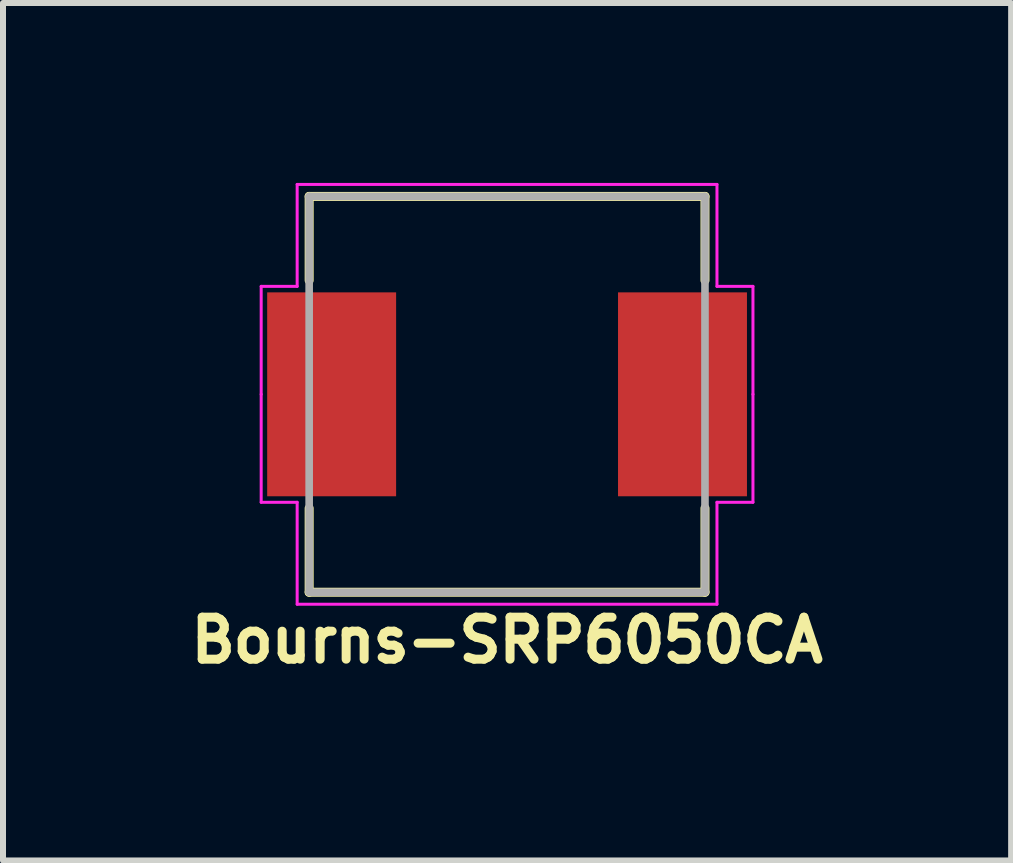
<source format=kicad_pcb>
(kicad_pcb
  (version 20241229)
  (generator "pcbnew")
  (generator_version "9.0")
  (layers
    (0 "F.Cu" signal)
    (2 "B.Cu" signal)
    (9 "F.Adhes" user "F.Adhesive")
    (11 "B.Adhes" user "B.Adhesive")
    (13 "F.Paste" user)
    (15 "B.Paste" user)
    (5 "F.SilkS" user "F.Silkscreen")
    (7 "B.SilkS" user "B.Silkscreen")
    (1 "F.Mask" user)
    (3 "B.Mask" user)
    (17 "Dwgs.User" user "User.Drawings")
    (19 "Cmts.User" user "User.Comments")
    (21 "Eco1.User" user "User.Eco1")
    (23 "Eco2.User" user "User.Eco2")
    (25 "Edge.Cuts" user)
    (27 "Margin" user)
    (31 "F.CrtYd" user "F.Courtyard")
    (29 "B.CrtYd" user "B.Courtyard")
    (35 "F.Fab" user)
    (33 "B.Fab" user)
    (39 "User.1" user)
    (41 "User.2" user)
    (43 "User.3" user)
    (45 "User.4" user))
  (footprint "Bourns-SRP6050CA"
    (layer "F.Cu")
    (at 5.405 3.525)
    (property "Reference" "Bourns-SRP6050CA" (at 0 4.1 0) (layer "F.SilkS") (effects (font (size 0.7 0.7) (thickness 0.15))))
    (attr smd)
    (fp_line (start -3.3 -3.3) (end 3.3 -3.3) (stroke (width 0.15) (type solid)) (layer "F.SilkS"))
    (fp_line (start -3.3 -1.9) (end -3.3 -3.3) (stroke (width 0.15) (type solid)) (layer "F.SilkS"))
    (fp_line (start -3.3 1.9) (end -3.3 3.3) (stroke (width 0.15) (type solid)) (layer "F.SilkS"))
    (fp_line (start 3.3 -1.9) (end 3.3 -3.3) (stroke (width 0.15) (type solid)) (layer "F.SilkS"))
    (fp_line (start 3.3 1.9) (end 3.3 3.3) (stroke (width 0.15) (type solid)) (layer "F.SilkS"))
    (fp_line (start 3.3 3.3) (end -3.3 3.3) (stroke (width 0.15) (type solid)) (layer "F.SilkS"))
    (fp_line (start -4.1 -1.8) (end -4.1 0) (stroke (width 0.05) (type solid)) (layer "F.CrtYd"))
    (fp_line (start -4.1 1.8) (end -4.1 0) (stroke (width 0.05) (type solid)) (layer "F.CrtYd"))
    (fp_line (start -3.5 -3.5) (end 3.5 -3.5) (stroke (width 0.05) (type solid)) (layer "F.CrtYd"))
    (fp_line (start -3.5 -1.8) (end -4.1 -1.8) (stroke (width 0.05) (type solid)) (layer "F.CrtYd"))
    (fp_line (start -3.5 -1.8) (end -3.5 -3.5) (stroke (width 0.05) (type solid)) (layer "F.CrtYd"))
    (fp_line (start -3.5 1.8) (end -4.1 1.8) (stroke (width 0.05) (type solid)) (layer "F.CrtYd"))
    (fp_line (start -3.5 1.8) (end -3.5 3.5) (stroke (width 0.05) (type solid)) (layer "F.CrtYd"))
    (fp_line (start 3.5 -1.8) (end 3.5 -3.5) (stroke (width 0.05) (type solid)) (layer "F.CrtYd"))
    (fp_line (start 3.5 -1.8) (end 4.1 -1.8) (stroke (width 0.05) (type solid)) (layer "F.CrtYd"))
    (fp_line (start 3.5 1.8) (end 3.5 3.5) (stroke (width 0.05) (type solid)) (layer "F.CrtYd"))
    (fp_line (start 3.5 1.8) (end 4.1 1.8) (stroke (width 0.05) (type solid)) (layer "F.CrtYd"))
    (fp_line (start 3.5 3.5) (end -3.5 3.5) (stroke (width 0.05) (type solid)) (layer "F.CrtYd"))
    (fp_line (start 4.1 -1.8) (end 4.1 0) (stroke (width 0.05) (type solid)) (layer "F.CrtYd"))
    (fp_line (start 4.1 1.8) (end 4.1 0) (stroke (width 0.05) (type solid)) (layer "F.CrtYd"))
    (fp_line (start -3.3 -3.3) (end 3.3 -3.3) (stroke (width 0.127) (type solid)) (layer "F.Fab"))
    (fp_line (start -3.3 3.3) (end -3.3 -3.3) (stroke (width 0.127) (type solid)) (layer "F.Fab"))
    (fp_line (start 3.3 -3.3) (end 3.3 3.3) (stroke (width 0.127) (type solid)) (layer "F.Fab"))
    (fp_line (start 3.3 3.3) (end -3.3 3.3) (stroke (width 0.127) (type solid)) (layer "F.Fab"))
    (pad "1" smd rect (at -2.925 0) (size 2.15 3.4) (layers "F.Cu" "F.Mask" "F.Paste"))
    (pad "2" smd rect (at 2.925 0) (size 2.15 3.4) (layers "F.Cu" "F.Mask" "F.Paste")))
  (gr_rect
    (start -3 -3)
    (end 13.81 11.298)
    (stroke (width 0.1) (type default))
    (fill no)
    (layer "Edge.Cuts")))
</source>
